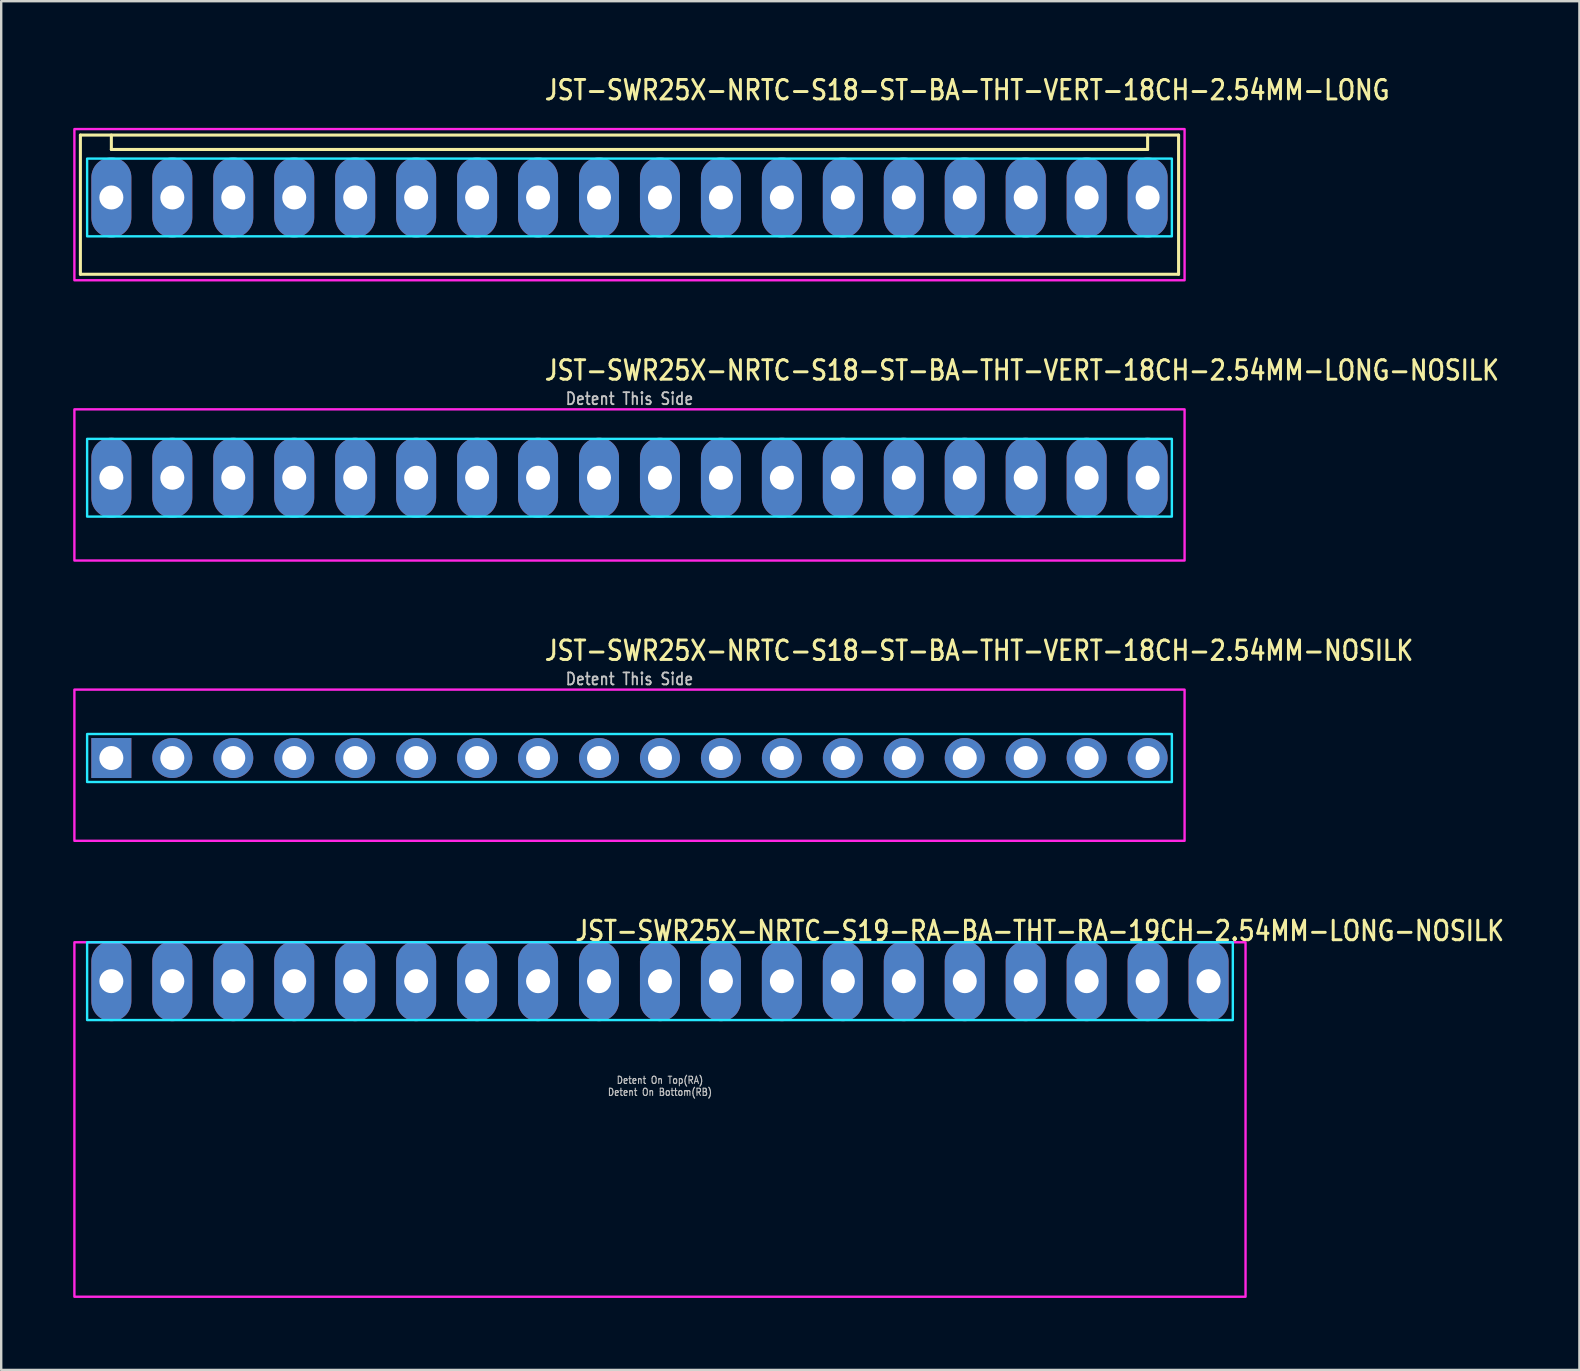
<source format=kicad_pcb>
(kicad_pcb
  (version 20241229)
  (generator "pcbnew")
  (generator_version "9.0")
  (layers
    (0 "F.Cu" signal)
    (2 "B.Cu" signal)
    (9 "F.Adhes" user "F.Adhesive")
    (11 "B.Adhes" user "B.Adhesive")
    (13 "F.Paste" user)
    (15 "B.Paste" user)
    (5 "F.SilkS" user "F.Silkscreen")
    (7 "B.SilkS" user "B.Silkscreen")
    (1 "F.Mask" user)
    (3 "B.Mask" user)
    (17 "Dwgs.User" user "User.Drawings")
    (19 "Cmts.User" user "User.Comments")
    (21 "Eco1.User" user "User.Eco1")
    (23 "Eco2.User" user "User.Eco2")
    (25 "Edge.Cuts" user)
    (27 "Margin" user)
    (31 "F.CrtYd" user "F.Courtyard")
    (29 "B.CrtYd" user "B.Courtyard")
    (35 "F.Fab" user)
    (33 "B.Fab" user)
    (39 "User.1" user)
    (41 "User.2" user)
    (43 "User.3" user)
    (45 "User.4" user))
  (footprint "JST-SWR25X-NRTC-S19-RA-BA-THT-RA-19CH-2.54MM-LONG-NOSILK"
    (layer "F.Cu")
    (at 24.45 37.834)
    (property "Reference" "JST-SWR25X-NRTC-S19-RA-BA-THT-RA-19CH-2.54MM-LONG-NOSILK" (at -3.6 -1.62 0) (unlocked yes) (layer "F.SilkS") (effects (font (size 0.813 0.695) (thickness 0.122)) (justify left bottom)))
    (fp_poly (pts (xy -23.87 -1.62) (xy -23.87 1.62) (xy 23.87 1.62) (xy 23.87 -1.62)) (stroke (width 0.1) (type solid)) (fill no) (layer "B.CrtYd"))
    (fp_poly (pts (xy -24.4 -1.62) (xy -24.4 13.15) (xy 24.4 13.15) (xy 24.4 -1.62)) (stroke (width 0.1) (type solid)) (fill no) (layer "F.CrtYd"))
    (fp_text user "Detent On Bottom(RB)" (at 0 4.8 0) (unlocked yes) (layer "Dwgs.User") (effects (font (size 0.3 0.257) (thickness 0.045)) (justify bottom)))
    (fp_text user "Detent On Top(RA)" (at 0 4.3 0) (unlocked yes) (layer "Dwgs.User") (effects (font (size 0.3 0.257) (thickness 0.045)) (justify bottom)))
    (pad "1" thru_hole oval (at -22.86 0 90) (size 3.333 1.667) (drill 1) (layers "*.Cu" "*.Mask"))
    (pad "2" thru_hole oval (at -20.32 0 90) (size 3.333 1.667) (drill 1) (layers "*.Cu" "*.Mask"))
    (pad "3" thru_hole oval (at -17.78 0 90) (size 3.333 1.667) (drill 1) (layers "*.Cu" "*.Mask"))
    (pad "4" thru_hole oval (at -15.24 0 90) (size 3.333 1.667) (drill 1) (layers "*.Cu" "*.Mask"))
    (pad "5" thru_hole oval (at -12.7 0 90) (size 3.333 1.667) (drill 1) (layers "*.Cu" "*.Mask"))
    (pad "6" thru_hole oval (at -10.16 0 90) (size 3.333 1.667) (drill 1) (layers "*.Cu" "*.Mask"))
    (pad "7" thru_hole oval (at -7.62 0 90) (size 3.333 1.667) (drill 1) (layers "*.Cu" "*.Mask"))
    (pad "8" thru_hole oval (at -5.08 0 90) (size 3.333 1.667) (drill 1) (layers "*.Cu" "*.Mask"))
    (pad "9" thru_hole oval (at -2.54 0 90) (size 3.333 1.667) (drill 1) (layers "*.Cu" "*.Mask"))
    (pad "10" thru_hole oval (at 0 0 90) (size 3.333 1.667) (drill 1) (layers "*.Cu" "*.Mask"))
    (pad "11" thru_hole oval (at 2.54 0 90) (size 3.333 1.667) (drill 1) (layers "*.Cu" "*.Mask"))
    (pad "12" thru_hole oval (at 5.08 0 90) (size 3.333 1.667) (drill 1) (layers "*.Cu" "*.Mask"))
    (pad "13" thru_hole oval (at 7.62 0 90) (size 3.333 1.667) (drill 1) (layers "*.Cu" "*.Mask"))
    (pad "14" thru_hole oval (at 10.16 0 90) (size 3.333 1.667) (drill 1) (layers "*.Cu" "*.Mask"))
    (pad "15" thru_hole oval (at 12.7 0 90) (size 3.333 1.667) (drill 1) (layers "*.Cu" "*.Mask"))
    (pad "16" thru_hole oval (at 15.24 0 90) (size 3.333 1.667) (drill 1) (layers "*.Cu" "*.Mask"))
    (pad "17" thru_hole oval (at 17.78 0 90) (size 3.333 1.667) (drill 1) (layers "*.Cu" "*.Mask"))
    (pad "18" thru_hole oval (at 20.32 0 90) (size 3.333 1.667) (drill 1) (layers "*.Cu" "*.Mask"))
    (pad "19" thru_hole oval (at 22.86 0 90) (size 3.333 1.667) (drill 1) (layers "*.Cu" "*.Mask")))
  (footprint "JST-SWR25X-NRTC-S18-ST-BA-THT-VERT-18CH-2.54MM-LONG"
    (layer "F.Cu")
    (at 23.18 5.179)
    (property "Reference" "JST-SWR25X-NRTC-S18-ST-BA-THT-VERT-18CH-2.54MM-LONG" (at -3.6 -4 0) (unlocked yes) (layer "F.SilkS") (effects (font (size 0.813 0.695) (thickness 0.122)) (justify left bottom)))
    (fp_line (start -22.88 -2.6) (end 22.88 -2.6) (stroke (width 0.127) (type solid)) (layer "F.SilkS"))
    (fp_line (start -22.88 3.2) (end -22.88 -2.6) (stroke (width 0.127) (type solid)) (layer "F.SilkS"))
    (fp_line (start -22.88 3.2) (end 22.88 3.2) (stroke (width 0.127) (type solid)) (layer "F.SilkS"))
    (fp_line (start -21.59 -2.6) (end -21.59 -2) (stroke (width 0.127) (type solid)) (layer "F.SilkS"))
    (fp_line (start -21.59 -2) (end 21.59 -2) (stroke (width 0.127) (type solid)) (layer "F.SilkS"))
    (fp_line (start 21.59 -2.6) (end 21.59 -2) (stroke (width 0.127) (type solid)) (layer "F.SilkS"))
    (fp_line (start 22.88 -2.6) (end 22.88 3.2) (stroke (width 0.127) (type solid)) (layer "F.SilkS"))
    (fp_poly (pts (xy -22.6 -1.62) (xy -22.6 1.62) (xy 22.6 1.62) (xy 22.6 -1.62)) (stroke (width 0.1) (type solid)) (fill no) (layer "B.CrtYd"))
    (fp_poly (pts (xy -23.13 -2.85) (xy -23.13 3.45) (xy 23.13 3.45) (xy 23.13 -2.85)) (stroke (width 0.1) (type solid)) (fill no) (layer "F.CrtYd"))
    (pad "1" thru_hole oval (at -21.59 0 90) (size 3.333 1.667) (drill 1) (layers "*.Cu" "*.Mask"))
    (pad "2" thru_hole oval (at -19.05 0 90) (size 3.333 1.667) (drill 1) (layers "*.Cu" "*.Mask"))
    (pad "3" thru_hole oval (at -16.51 0 90) (size 3.333 1.667) (drill 1) (layers "*.Cu" "*.Mask"))
    (pad "4" thru_hole oval (at -13.97 0 90) (size 3.333 1.667) (drill 1) (layers "*.Cu" "*.Mask"))
    (pad "5" thru_hole oval (at -11.43 0 90) (size 3.333 1.667) (drill 1) (layers "*.Cu" "*.Mask"))
    (pad "6" thru_hole oval (at -8.89 0 90) (size 3.333 1.667) (drill 1) (layers "*.Cu" "*.Mask"))
    (pad "7" thru_hole oval (at -6.35 0 90) (size 3.333 1.667) (drill 1) (layers "*.Cu" "*.Mask"))
    (pad "8" thru_hole oval (at -3.81 0 90) (size 3.333 1.667) (drill 1) (layers "*.Cu" "*.Mask"))
    (pad "9" thru_hole oval (at -1.27 0 90) (size 3.333 1.667) (drill 1) (layers "*.Cu" "*.Mask"))
    (pad "10" thru_hole oval (at 1.27 0 90) (size 3.333 1.667) (drill 1) (layers "*.Cu" "*.Mask"))
    (pad "11" thru_hole oval (at 3.81 0 90) (size 3.333 1.667) (drill 1) (layers "*.Cu" "*.Mask"))
    (pad "12" thru_hole oval (at 6.35 0 90) (size 3.333 1.667) (drill 1) (layers "*.Cu" "*.Mask"))
    (pad "13" thru_hole oval (at 8.89 0 90) (size 3.333 1.667) (drill 1) (layers "*.Cu" "*.Mask"))
    (pad "14" thru_hole oval (at 11.43 0 90) (size 3.333 1.667) (drill 1) (layers "*.Cu" "*.Mask"))
    (pad "15" thru_hole oval (at 13.97 0 90) (size 3.333 1.667) (drill 1) (layers "*.Cu" "*.Mask"))
    (pad "16" thru_hole oval (at 16.51 0 90) (size 3.333 1.667) (drill 1) (layers "*.Cu" "*.Mask"))
    (pad "17" thru_hole oval (at 19.05 0 90) (size 3.333 1.667) (drill 1) (layers "*.Cu" "*.Mask"))
    (pad "18" thru_hole oval (at 21.59 0 90) (size 3.333 1.667) (drill 1) (layers "*.Cu" "*.Mask")))
  (footprint "JST-SWR25X-NRTC-S18-ST-BA-THT-VERT-18CH-2.54MM-LONG-NOSILK"
    (layer "F.Cu")
    (at 23.18 16.857)
    (property "Reference" "JST-SWR25X-NRTC-S18-ST-BA-THT-VERT-18CH-2.54MM-LONG-NOSILK" (at -3.6 -4 0) (unlocked yes) (layer "F.SilkS") (effects (font (size 0.813 0.695) (thickness 0.122)) (justify left bottom)))
    (fp_poly (pts (xy -22.6 -1.62) (xy -22.6 1.62) (xy 22.6 1.62) (xy 22.6 -1.62)) (stroke (width 0.1) (type solid)) (fill no) (layer "B.CrtYd"))
    (fp_poly (pts (xy -23.13 -2.85) (xy -23.13 3.45) (xy 23.13 3.45) (xy 23.13 -2.85)) (stroke (width 0.1) (type solid)) (fill no) (layer "F.CrtYd"))
    (fp_text user "Detent This Side" (at 0 -3 0) (unlocked yes) (layer "Dwgs.User") (effects (font (size 0.5 0.427) (thickness 0.075)) (justify bottom)))
    (pad "1" thru_hole oval (at -21.59 0 90) (size 3.333 1.667) (drill 1) (layers "*.Cu" "*.Mask"))
    (pad "2" thru_hole oval (at -19.05 0 90) (size 3.333 1.667) (drill 1) (layers "*.Cu" "*.Mask"))
    (pad "3" thru_hole oval (at -16.51 0 90) (size 3.333 1.667) (drill 1) (layers "*.Cu" "*.Mask"))
    (pad "4" thru_hole oval (at -13.97 0 90) (size 3.333 1.667) (drill 1) (layers "*.Cu" "*.Mask"))
    (pad "5" thru_hole oval (at -11.43 0 90) (size 3.333 1.667) (drill 1) (layers "*.Cu" "*.Mask"))
    (pad "6" thru_hole oval (at -8.89 0 90) (size 3.333 1.667) (drill 1) (layers "*.Cu" "*.Mask"))
    (pad "7" thru_hole oval (at -6.35 0 90) (size 3.333 1.667) (drill 1) (layers "*.Cu" "*.Mask"))
    (pad "8" thru_hole oval (at -3.81 0 90) (size 3.333 1.667) (drill 1) (layers "*.Cu" "*.Mask"))
    (pad "9" thru_hole oval (at -1.27 0 90) (size 3.333 1.667) (drill 1) (layers "*.Cu" "*.Mask"))
    (pad "10" thru_hole oval (at 1.27 0 90) (size 3.333 1.667) (drill 1) (layers "*.Cu" "*.Mask"))
    (pad "11" thru_hole oval (at 3.81 0 90) (size 3.333 1.667) (drill 1) (layers "*.Cu" "*.Mask"))
    (pad "12" thru_hole oval (at 6.35 0 90) (size 3.333 1.667) (drill 1) (layers "*.Cu" "*.Mask"))
    (pad "13" thru_hole oval (at 8.89 0 90) (size 3.333 1.667) (drill 1) (layers "*.Cu" "*.Mask"))
    (pad "14" thru_hole oval (at 11.43 0 90) (size 3.333 1.667) (drill 1) (layers "*.Cu" "*.Mask"))
    (pad "15" thru_hole oval (at 13.97 0 90) (size 3.333 1.667) (drill 1) (layers "*.Cu" "*.Mask"))
    (pad "16" thru_hole oval (at 16.51 0 90) (size 3.333 1.667) (drill 1) (layers "*.Cu" "*.Mask"))
    (pad "17" thru_hole oval (at 19.05 0 90) (size 3.333 1.667) (drill 1) (layers "*.Cu" "*.Mask"))
    (pad "18" thru_hole oval (at 21.59 0 90) (size 3.333 1.667) (drill 1) (layers "*.Cu" "*.Mask")))
  (footprint "JST-SWR25X-NRTC-S18-ST-BA-THT-VERT-18CH-2.54MM-NOSILK"
    (layer "F.Cu")
    (at 23.18 28.536)
    (property "Reference" "JST-SWR25X-NRTC-S18-ST-BA-THT-VERT-18CH-2.54MM-NOSILK" (at -3.6 -4 0) (unlocked yes) (layer "F.SilkS") (effects (font (size 0.813 0.695) (thickness 0.122)) (justify left bottom)))
    (fp_poly (pts (xy -22.6 -1) (xy -22.6 1) (xy 22.6 1) (xy 22.6 -1)) (stroke (width 0.1) (type solid)) (fill no) (layer "B.CrtYd"))
    (fp_poly (pts (xy -23.13 -2.85) (xy -23.13 3.45) (xy 23.13 3.45) (xy 23.13 -2.85)) (stroke (width 0.1) (type solid)) (fill no) (layer "F.CrtYd"))
    (fp_text user "Detent This Side" (at 0 -3 0) (unlocked yes) (layer "Dwgs.User") (effects (font (size 0.5 0.427) (thickness 0.075)) (justify bottom)))
    (pad "1" thru_hole rect (at -21.59 0) (size 1.667 1.667) (drill 1) (layers "*.Cu" "*.Mask"))
    (pad "2" thru_hole oval (at -19.05 0) (size 1.667 1.667) (drill 1) (layers "*.Cu" "*.Mask"))
    (pad "3" thru_hole oval (at -16.51 0) (size 1.667 1.667) (drill 1) (layers "*.Cu" "*.Mask"))
    (pad "4" thru_hole oval (at -13.97 0) (size 1.667 1.667) (drill 1) (layers "*.Cu" "*.Mask"))
    (pad "5" thru_hole oval (at -11.43 0) (size 1.667 1.667) (drill 1) (layers "*.Cu" "*.Mask"))
    (pad "6" thru_hole oval (at -8.89 0) (size 1.667 1.667) (drill 1) (layers "*.Cu" "*.Mask"))
    (pad "7" thru_hole oval (at -6.35 0) (size 1.667 1.667) (drill 1) (layers "*.Cu" "*.Mask"))
    (pad "8" thru_hole oval (at -3.81 0) (size 1.667 1.667) (drill 1) (layers "*.Cu" "*.Mask"))
    (pad "9" thru_hole oval (at -1.27 0) (size 1.667 1.667) (drill 1) (layers "*.Cu" "*.Mask"))
    (pad "10" thru_hole oval (at 1.27 0) (size 1.667 1.667) (drill 1) (layers "*.Cu" "*.Mask"))
    (pad "11" thru_hole oval (at 3.81 0) (size 1.667 1.667) (drill 1) (layers "*.Cu" "*.Mask"))
    (pad "12" thru_hole oval (at 6.35 0) (size 1.667 1.667) (drill 1) (layers "*.Cu" "*.Mask"))
    (pad "13" thru_hole oval (at 8.89 0) (size 1.667 1.667) (drill 1) (layers "*.Cu" "*.Mask"))
    (pad "14" thru_hole oval (at 11.43 0) (size 1.667 1.667) (drill 1) (layers "*.Cu" "*.Mask"))
    (pad "15" thru_hole oval (at 13.97 0) (size 1.667 1.667) (drill 1) (layers "*.Cu" "*.Mask"))
    (pad "16" thru_hole oval (at 16.51 0) (size 1.667 1.667) (drill 1) (layers "*.Cu" "*.Mask"))
    (pad "17" thru_hole oval (at 19.05 0) (size 1.667 1.667) (drill 1) (layers "*.Cu" "*.Mask"))
    (pad "18" thru_hole oval (at 21.59 0) (size 1.667 1.667) (drill 1) (layers "*.Cu" "*.Mask")))
  (gr_rect
    (start -3 -3)
    (end 62.762 54.034)
    (stroke (width 0.1) (type default))
    (fill no)
    (layer "Edge.Cuts")))
</source>
